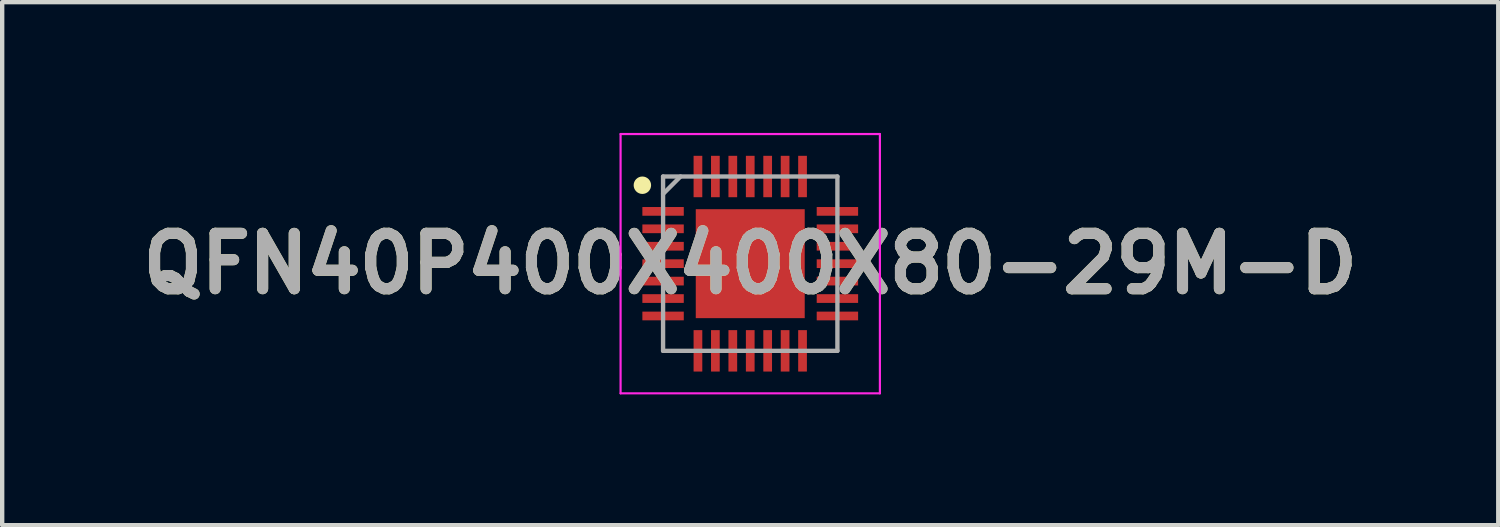
<source format=kicad_pcb>
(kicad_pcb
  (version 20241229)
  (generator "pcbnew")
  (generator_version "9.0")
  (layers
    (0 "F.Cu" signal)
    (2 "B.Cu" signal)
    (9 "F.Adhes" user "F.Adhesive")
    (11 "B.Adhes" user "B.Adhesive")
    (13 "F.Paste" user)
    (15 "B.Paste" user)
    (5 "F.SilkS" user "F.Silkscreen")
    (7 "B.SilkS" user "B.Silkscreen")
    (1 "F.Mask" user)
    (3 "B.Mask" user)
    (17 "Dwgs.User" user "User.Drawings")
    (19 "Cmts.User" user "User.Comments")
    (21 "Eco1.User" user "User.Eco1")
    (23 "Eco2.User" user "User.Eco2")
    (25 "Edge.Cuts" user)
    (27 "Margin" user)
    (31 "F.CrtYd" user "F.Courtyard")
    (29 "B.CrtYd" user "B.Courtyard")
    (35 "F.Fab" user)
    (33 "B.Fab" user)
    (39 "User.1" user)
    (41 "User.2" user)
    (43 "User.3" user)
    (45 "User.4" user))
  (footprint "QFN40P400X400X80-29M-D"
    (layer "F.Cu")
    (at 14.164 3)
    (property "Reference" "QFN40P400X400X80-29M-D" (at 0 0 0) (layer "F.SilkS") (effects (font (size 1.27 1.27) (thickness 0.254))))
    (attr smd)
    (fp_circle (center -2.475 -1.8) (end -2.475 -1.7) (stroke (width 0.2) (type solid)) (fill no) (layer "F.SilkS"))
    (fp_line (start -2.975 -2.975) (end 2.975 -2.975) (stroke (width 0.05) (type solid)) (layer "F.CrtYd"))
    (fp_line (start -2.975 2.975) (end -2.975 -2.975) (stroke (width 0.05) (type solid)) (layer "F.CrtYd"))
    (fp_line (start 2.975 -2.975) (end 2.975 2.975) (stroke (width 0.05) (type solid)) (layer "F.CrtYd"))
    (fp_line (start 2.975 2.975) (end -2.975 2.975) (stroke (width 0.05) (type solid)) (layer "F.CrtYd"))
    (fp_line (start -2 -2) (end 2 -2) (stroke (width 0.1) (type solid)) (layer "F.Fab"))
    (fp_line (start -2 -1.6) (end -1.6 -2) (stroke (width 0.1) (type solid)) (layer "F.Fab"))
    (fp_line (start -2 2) (end -2 -2) (stroke (width 0.1) (type solid)) (layer "F.Fab"))
    (fp_line (start 2 -2) (end 2 2) (stroke (width 0.1) (type solid)) (layer "F.Fab"))
    (fp_line (start 2 2) (end -2 2) (stroke (width 0.1) (type solid)) (layer "F.Fab"))
    (fp_text user "${REFERENCE}" (at 0 0 0) (layer "F.Fab") (effects (font (size 1.27 1.27) (thickness 0.254))))
    (pad "1" smd rect (at -2 -1.2 90) (size 0.2 0.95) (layers "F.Cu" "F.Mask" "F.Paste"))
    (pad "2" smd rect (at -2 -0.8 90) (size 0.2 0.95) (layers "F.Cu" "F.Mask" "F.Paste"))
    (pad "3" smd rect (at -2 -0.4 90) (size 0.2 0.95) (layers "F.Cu" "F.Mask" "F.Paste"))
    (pad "4" smd rect (at -2 0 90) (size 0.2 0.95) (layers "F.Cu" "F.Mask" "F.Paste"))
    (pad "5" smd rect (at -2 0.4 90) (size 0.2 0.95) (layers "F.Cu" "F.Mask" "F.Paste"))
    (pad "6" smd rect (at -2 0.8 90) (size 0.2 0.95) (layers "F.Cu" "F.Mask" "F.Paste"))
    (pad "7" smd rect (at -2 1.2 90) (size 0.2 0.95) (layers "F.Cu" "F.Mask" "F.Paste"))
    (pad "8" smd rect (at -1.2 2) (size 0.2 0.95) (layers "F.Cu" "F.Mask" "F.Paste"))
    (pad "9" smd rect (at -0.8 2) (size 0.2 0.95) (layers "F.Cu" "F.Mask" "F.Paste"))
    (pad "10" smd rect (at -0.4 2) (size 0.2 0.95) (layers "F.Cu" "F.Mask" "F.Paste"))
    (pad "11" smd rect (at 0 2) (size 0.2 0.95) (layers "F.Cu" "F.Mask" "F.Paste"))
    (pad "12" smd rect (at 0.4 2) (size 0.2 0.95) (layers "F.Cu" "F.Mask" "F.Paste"))
    (pad "13" smd rect (at 0.8 2) (size 0.2 0.95) (layers "F.Cu" "F.Mask" "F.Paste"))
    (pad "14" smd rect (at 1.2 2) (size 0.2 0.95) (layers "F.Cu" "F.Mask" "F.Paste"))
    (pad "15" smd rect (at 2 1.2 90) (size 0.2 0.95) (layers "F.Cu" "F.Mask" "F.Paste"))
    (pad "16" smd rect (at 2 0.8 90) (size 0.2 0.95) (layers "F.Cu" "F.Mask" "F.Paste"))
    (pad "17" smd rect (at 2 0.4 90) (size 0.2 0.95) (layers "F.Cu" "F.Mask" "F.Paste"))
    (pad "18" smd rect (at 2 0 90) (size 0.2 0.95) (layers "F.Cu" "F.Mask" "F.Paste"))
    (pad "19" smd rect (at 2 -0.4 90) (size 0.2 0.95) (layers "F.Cu" "F.Mask" "F.Paste"))
    (pad "20" smd rect (at 2 -0.8 90) (size 0.2 0.95) (layers "F.Cu" "F.Mask" "F.Paste"))
    (pad "21" smd rect (at 2 -1.2 90) (size 0.2 0.95) (layers "F.Cu" "F.Mask" "F.Paste"))
    (pad "22" smd rect (at 1.2 -2) (size 0.2 0.95) (layers "F.Cu" "F.Mask" "F.Paste"))
    (pad "23" smd rect (at 0.8 -2) (size 0.2 0.95) (layers "F.Cu" "F.Mask" "F.Paste"))
    (pad "24" smd rect (at 0.4 -2) (size 0.2 0.95) (layers "F.Cu" "F.Mask" "F.Paste"))
    (pad "25" smd rect (at 0 -2) (size 0.2 0.95) (layers "F.Cu" "F.Mask" "F.Paste"))
    (pad "26" smd rect (at -0.4 -2) (size 0.2 0.95) (layers "F.Cu" "F.Mask" "F.Paste"))
    (pad "27" smd rect (at -0.8 -2) (size 0.2 0.95) (layers "F.Cu" "F.Mask" "F.Paste"))
    (pad "28" smd rect (at -1.2 -2) (size 0.2 0.95) (layers "F.Cu" "F.Mask" "F.Paste"))
    (pad "29" smd rect (at 0 0) (size 2.5 2.5) (layers "F.Cu" "F.Mask" "F.Paste")))
  (gr_rect
    (start -3 -3)
    (end 31.327 9)
    (stroke (width 0.1) (type default))
    (fill no)
    (layer "Edge.Cuts")))
</source>
